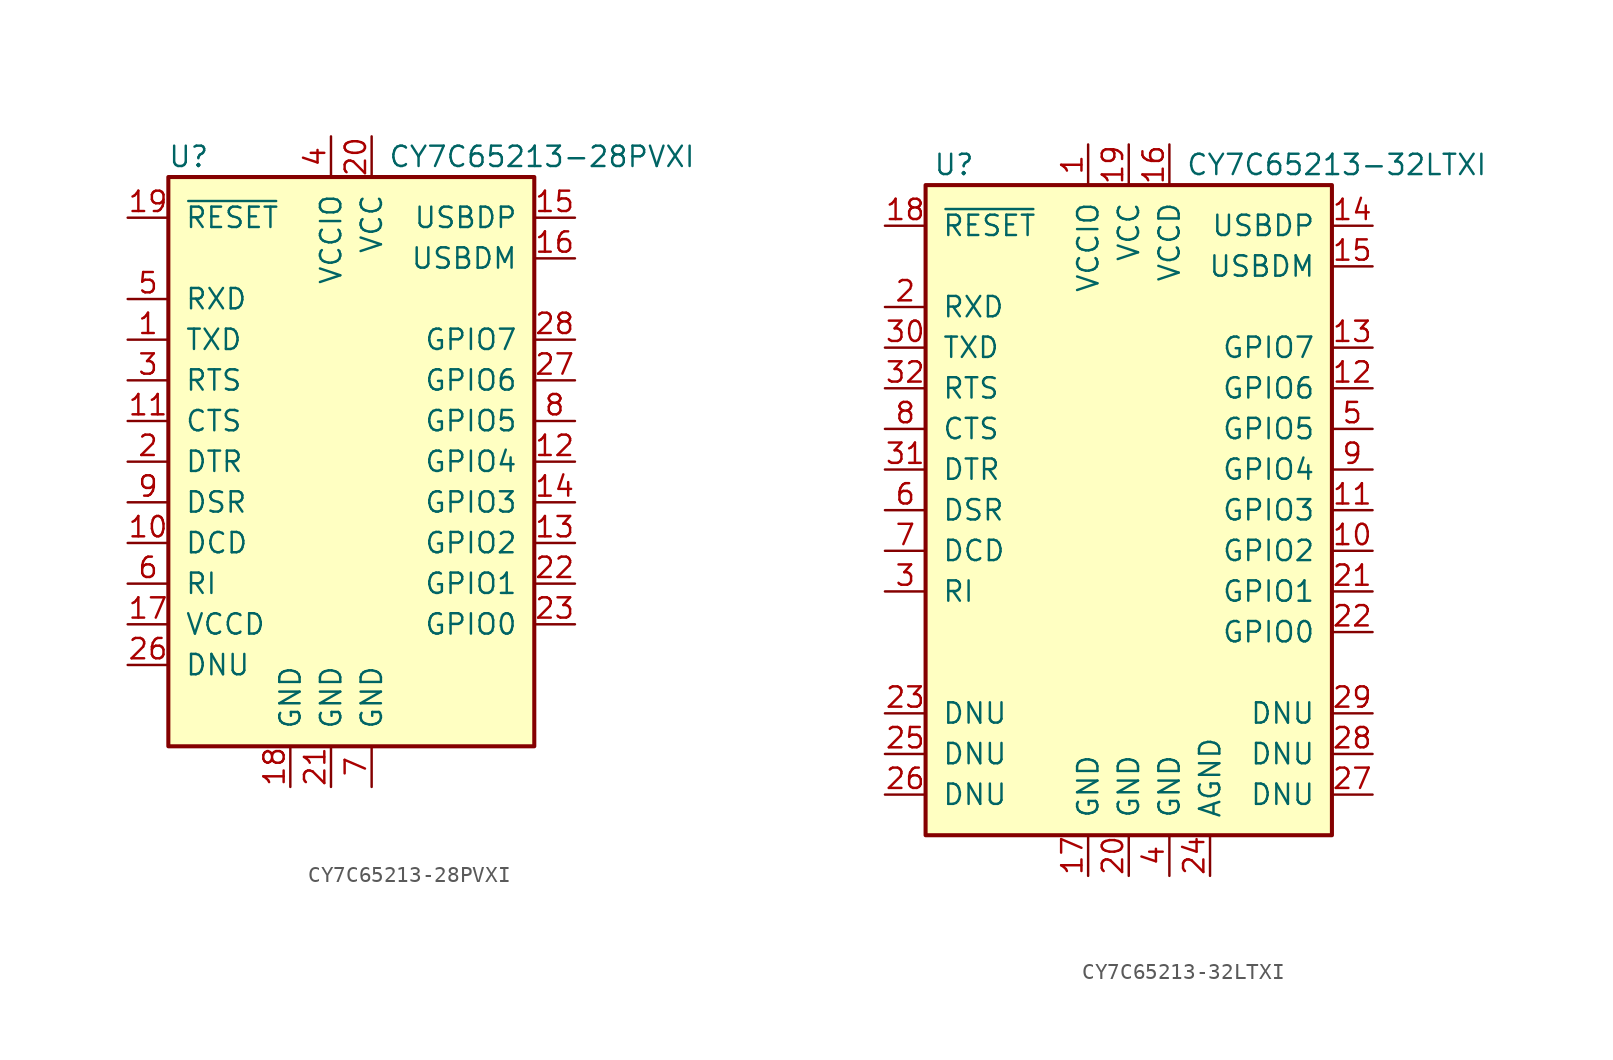
<source format=kicad_sym>
(kicad_symbol_lib
  (version 20200908)
  (generator kicad_symbol_editor)
  (symbol "Interface_USB:CY7C65213-28PVXI"
    (pin_names
      (offset 1.016))
    (property "Reference" "U"
      (at -8.89 19.05 0)
      (effects (font (size 1.27 1.27))))
    (property "Value" "CY7C65213-28PVXI"
      (at 3.556 19.05 0)
      (effects (font (size 1.27 1.27)) (justify left)))
    (symbol "CY7C65213-28PVXI_0_1"
      (rectangle (start -10.16 17.78) (end 12.7 -17.78) (stroke (width 0.254)) (fill (type background))))
    (symbol "CY7C65213-28PVXI_1_1"
      (pin output line (at -12.7 7.62 0) (length 2.54) (name "TXD" (effects (font (size 1.27 1.27)))) (number "1" (effects (font (size 1.27 1.27)))))
      (pin input line (at -12.7 -5.08 0) (length 2.54) (name "DCD" (effects (font (size 1.27 1.27)))) (number "10" (effects (font (size 1.27 1.27)))))
      (pin input line (at -12.7 2.54 0) (length 2.54) (name "CTS" (effects (font (size 1.27 1.27)))) (number "11" (effects (font (size 1.27 1.27)))))
      (pin bidirectional line (at 15.24 0 180) (length 2.54) (name "GPIO4" (effects (font (size 1.27 1.27)))) (number "12" (effects (font (size 1.27 1.27)))))
      (pin tri_state line (at 15.24 -5.08 180) (length 2.54) (name "GPIO2" (effects (font (size 1.27 1.27)))) (number "13" (effects (font (size 1.27 1.27)))))
      (pin bidirectional line (at 15.24 -2.54 180) (length 2.54) (name "GPIO3" (effects (font (size 1.27 1.27)))) (number "14" (effects (font (size 1.27 1.27)))))
      (pin bidirectional line (at 15.24 15.24 180) (length 2.54) (name "USBDP" (effects (font (size 1.27 1.27)))) (number "15" (effects (font (size 1.27 1.27)))))
      (pin bidirectional line (at 15.24 12.7 180) (length 2.54) (name "USBDM" (effects (font (size 1.27 1.27)))) (number "16" (effects (font (size 1.27 1.27)))))
      (pin passive line (at -12.7 -10.16 0) (length 2.54) (name "VCCD" (effects (font (size 1.27 1.27)))) (number "17" (effects (font (size 1.27 1.27)))))
      (pin power_in line (at -2.54 -20.32 90) (length 2.54) (name "GND" (effects (font (size 1.27 1.27)))) (number "18" (effects (font (size 1.27 1.27)))))
      (pin bidirectional line (at -12.7 15.24 0) (length 2.54) (name "~RESET" (effects (font (size 1.27 1.27)))) (number "19" (effects (font (size 1.27 1.27)))))
      (pin output line (at -12.7 0 0) (length 2.54) (name "DTR" (effects (font (size 1.27 1.27)))) (number "2" (effects (font (size 1.27 1.27)))))
      (pin power_in line (at 2.54 20.32 270) (length 2.54) (name "VCC" (effects (font (size 1.27 1.27)))) (number "20" (effects (font (size 1.27 1.27)))))
      (pin power_in line (at 0 -20.32 90) (length 2.54) (name "GND" (effects (font (size 1.27 1.27)))) (number "21" (effects (font (size 1.27 1.27)))))
      (pin bidirectional line (at 15.24 -7.62 180) (length 2.54) (name "GPIO1" (effects (font (size 1.27 1.27)))) (number "22" (effects (font (size 1.27 1.27)))))
      (pin bidirectional line (at 15.24 -10.16 180) (length 2.54) (name "GPIO0" (effects (font (size 1.27 1.27)))) (number "23" (effects (font (size 1.27 1.27)))))
      (pin unconnected line (at 12.7 -15.24 180) (length 2.54) hide (name "NC" (effects (font (size 1.27 1.27)))) (number "24" (effects (font (size 1.27 1.27)))))
      (pin unconnected line (at 12.7 -12.7 180) (length 2.54) hide (name "NC" (effects (font (size 1.27 1.27)))) (number "25" (effects (font (size 1.27 1.27)))))
      (pin passive line (at -12.7 -12.7 0) (length 2.54) (name "DNU" (effects (font (size 1.27 1.27)))) (number "26" (effects (font (size 1.27 1.27)))))
      (pin tri_state line (at 15.24 5.08 180) (length 2.54) (name "GPIO6" (effects (font (size 1.27 1.27)))) (number "27" (effects (font (size 1.27 1.27)))))
      (pin tri_state line (at 15.24 7.62 180) (length 2.54) (name "GPIO7" (effects (font (size 1.27 1.27)))) (number "28" (effects (font (size 1.27 1.27)))))
      (pin output line (at -12.7 5.08 0) (length 2.54) (name "RTS" (effects (font (size 1.27 1.27)))) (number "3" (effects (font (size 1.27 1.27)))))
      (pin power_in line (at 0 20.32 270) (length 2.54) (name "VCCIO" (effects (font (size 1.27 1.27)))) (number "4" (effects (font (size 1.27 1.27)))))
      (pin input line (at -12.7 10.16 0) (length 2.54) (name "RXD" (effects (font (size 1.27 1.27)))) (number "5" (effects (font (size 1.27 1.27)))))
      (pin input line (at -12.7 -7.62 0) (length 2.54) (name "RI" (effects (font (size 1.27 1.27)))) (number "6" (effects (font (size 1.27 1.27)))))
      (pin power_in line (at 2.54 -20.32 90) (length 2.54) (name "GND" (effects (font (size 1.27 1.27)))) (number "7" (effects (font (size 1.27 1.27)))))
      (pin tri_state line (at 15.24 2.54 180) (length 2.54) (name "GPIO5" (effects (font (size 1.27 1.27)))) (number "8" (effects (font (size 1.27 1.27)))))
      (pin input line (at -12.7 -2.54 0) (length 2.54) (name "DSR" (effects (font (size 1.27 1.27)))) (number "9" (effects (font (size 1.27 1.27)))))))
  (symbol "Interface_USB:CY7C65213-32LTXI"
    (pin_names
      (offset 1.016))
    (property "Reference" "U"
      (at -10.922 19.05 0)
      (effects (font (size 1.27 1.27))))
    (property "Value" "CY7C65213-32LTXI"
      (at 3.556 19.05 0)
      (effects (font (size 1.27 1.27)) (justify left)))
    (symbol "CY7C65213-32LTXI_0_1"
      (rectangle (start -12.7 17.78) (end 12.7 -22.86) (stroke (width 0.254)) (fill (type background))))
    (symbol "CY7C65213-32LTXI_1_1"
      (pin power_in line (at -2.54 20.32 270) (length 2.54) (name "VCCIO" (effects (font (size 1.27 1.27)))) (number "1" (effects (font (size 1.27 1.27)))))
      (pin tri_state line (at 15.24 -5.08 180) (length 2.54) (name "GPIO2" (effects (font (size 1.27 1.27)))) (number "10" (effects (font (size 1.27 1.27)))))
      (pin bidirectional line (at 15.24 -2.54 180) (length 2.54) (name "GPIO3" (effects (font (size 1.27 1.27)))) (number "11" (effects (font (size 1.27 1.27)))))
      (pin tri_state line (at 15.24 5.08 180) (length 2.54) (name "GPIO6" (effects (font (size 1.27 1.27)))) (number "12" (effects (font (size 1.27 1.27)))))
      (pin tri_state line (at 15.24 7.62 180) (length 2.54) (name "GPIO7" (effects (font (size 1.27 1.27)))) (number "13" (effects (font (size 1.27 1.27)))))
      (pin bidirectional line (at 15.24 15.24 180) (length 2.54) (name "USBDP" (effects (font (size 1.27 1.27)))) (number "14" (effects (font (size 1.27 1.27)))))
      (pin bidirectional line (at 15.24 12.7 180) (length 2.54) (name "USBDM" (effects (font (size 1.27 1.27)))) (number "15" (effects (font (size 1.27 1.27)))))
      (pin passive line (at 2.54 20.32 270) (length 2.54) (name "VCCD" (effects (font (size 1.27 1.27)))) (number "16" (effects (font (size 1.27 1.27)))))
      (pin power_in line (at -2.54 -25.4 90) (length 2.54) (name "GND" (effects (font (size 1.27 1.27)))) (number "17" (effects (font (size 1.27 1.27)))))
      (pin bidirectional line (at -15.24 15.24 0) (length 2.54) (name "~RESET" (effects (font (size 1.27 1.27)))) (number "18" (effects (font (size 1.27 1.27)))))
      (pin power_in line (at 0 20.32 270) (length 2.54) (name "VCC" (effects (font (size 1.27 1.27)))) (number "19" (effects (font (size 1.27 1.27)))))
      (pin input line (at -15.24 10.16 0) (length 2.54) (name "RXD" (effects (font (size 1.27 1.27)))) (number "2" (effects (font (size 1.27 1.27)))))
      (pin power_in line (at 0 -25.4 90) (length 2.54) (name "GND" (effects (font (size 1.27 1.27)))) (number "20" (effects (font (size 1.27 1.27)))))
      (pin bidirectional line (at 15.24 -7.62 180) (length 2.54) (name "GPIO1" (effects (font (size 1.27 1.27)))) (number "21" (effects (font (size 1.27 1.27)))))
      (pin bidirectional line (at 15.24 -10.16 180) (length 2.54) (name "GPIO0" (effects (font (size 1.27 1.27)))) (number "22" (effects (font (size 1.27 1.27)))))
      (pin passive line (at -15.24 -15.24 0) (length 2.54) (name "DNU" (effects (font (size 1.27 1.27)))) (number "23" (effects (font (size 1.27 1.27)))))
      (pin power_in line (at 5.08 -25.4 90) (length 2.54) (name "AGND" (effects (font (size 1.27 1.27)))) (number "24" (effects (font (size 1.27 1.27)))))
      (pin passive line (at -15.24 -17.78 0) (length 2.54) (name "DNU" (effects (font (size 1.27 1.27)))) (number "25" (effects (font (size 1.27 1.27)))))
      (pin passive line (at -15.24 -20.32 0) (length 2.54) (name "DNU" (effects (font (size 1.27 1.27)))) (number "26" (effects (font (size 1.27 1.27)))))
      (pin passive line (at 15.24 -20.32 180) (length 2.54) (name "DNU" (effects (font (size 1.27 1.27)))) (number "27" (effects (font (size 1.27 1.27)))))
      (pin passive line (at 15.24 -17.78 180) (length 2.54) (name "DNU" (effects (font (size 1.27 1.27)))) (number "28" (effects (font (size 1.27 1.27)))))
      (pin passive line (at 15.24 -15.24 180) (length 2.54) (name "DNU" (effects (font (size 1.27 1.27)))) (number "29" (effects (font (size 1.27 1.27)))))
      (pin input line (at -15.24 -7.62 0) (length 2.54) (name "RI" (effects (font (size 1.27 1.27)))) (number "3" (effects (font (size 1.27 1.27)))))
      (pin output line (at -15.24 7.62 0) (length 2.54) (name "TXD" (effects (font (size 1.27 1.27)))) (number "30" (effects (font (size 1.27 1.27)))))
      (pin output line (at -15.24 0 0) (length 2.54) (name "DTR" (effects (font (size 1.27 1.27)))) (number "31" (effects (font (size 1.27 1.27)))))
      (pin output line (at -15.24 5.08 0) (length 2.54) (name "RTS" (effects (font (size 1.27 1.27)))) (number "32" (effects (font (size 1.27 1.27)))))
      (pin unconnected line (at -12.7 -12.7 0) (length 2.54) hide (name "1EP" (effects (font (size 1.27 1.27)))) (number "33" (effects (font (size 1.27 1.27)))))
      (pin power_in line (at 2.54 -25.4 90) (length 2.54) (name "GND" (effects (font (size 1.27 1.27)))) (number "4" (effects (font (size 1.27 1.27)))))
      (pin tri_state line (at 15.24 2.54 180) (length 2.54) (name "GPIO5" (effects (font (size 1.27 1.27)))) (number "5" (effects (font (size 1.27 1.27)))))
      (pin input line (at -15.24 -2.54 0) (length 2.54) (name "DSR" (effects (font (size 1.27 1.27)))) (number "6" (effects (font (size 1.27 1.27)))))
      (pin input line (at -15.24 -5.08 0) (length 2.54) (name "DCD" (effects (font (size 1.27 1.27)))) (number "7" (effects (font (size 1.27 1.27)))))
      (pin input line (at -15.24 2.54 0) (length 2.54) (name "CTS" (effects (font (size 1.27 1.27)))) (number "8" (effects (font (size 1.27 1.27)))))
      (pin bidirectional line (at 15.24 0 180) (length 2.54) (name "GPIO4" (effects (font (size 1.27 1.27)))) (number "9" (effects (font (size 1.27 1.27))))))))
</source>
